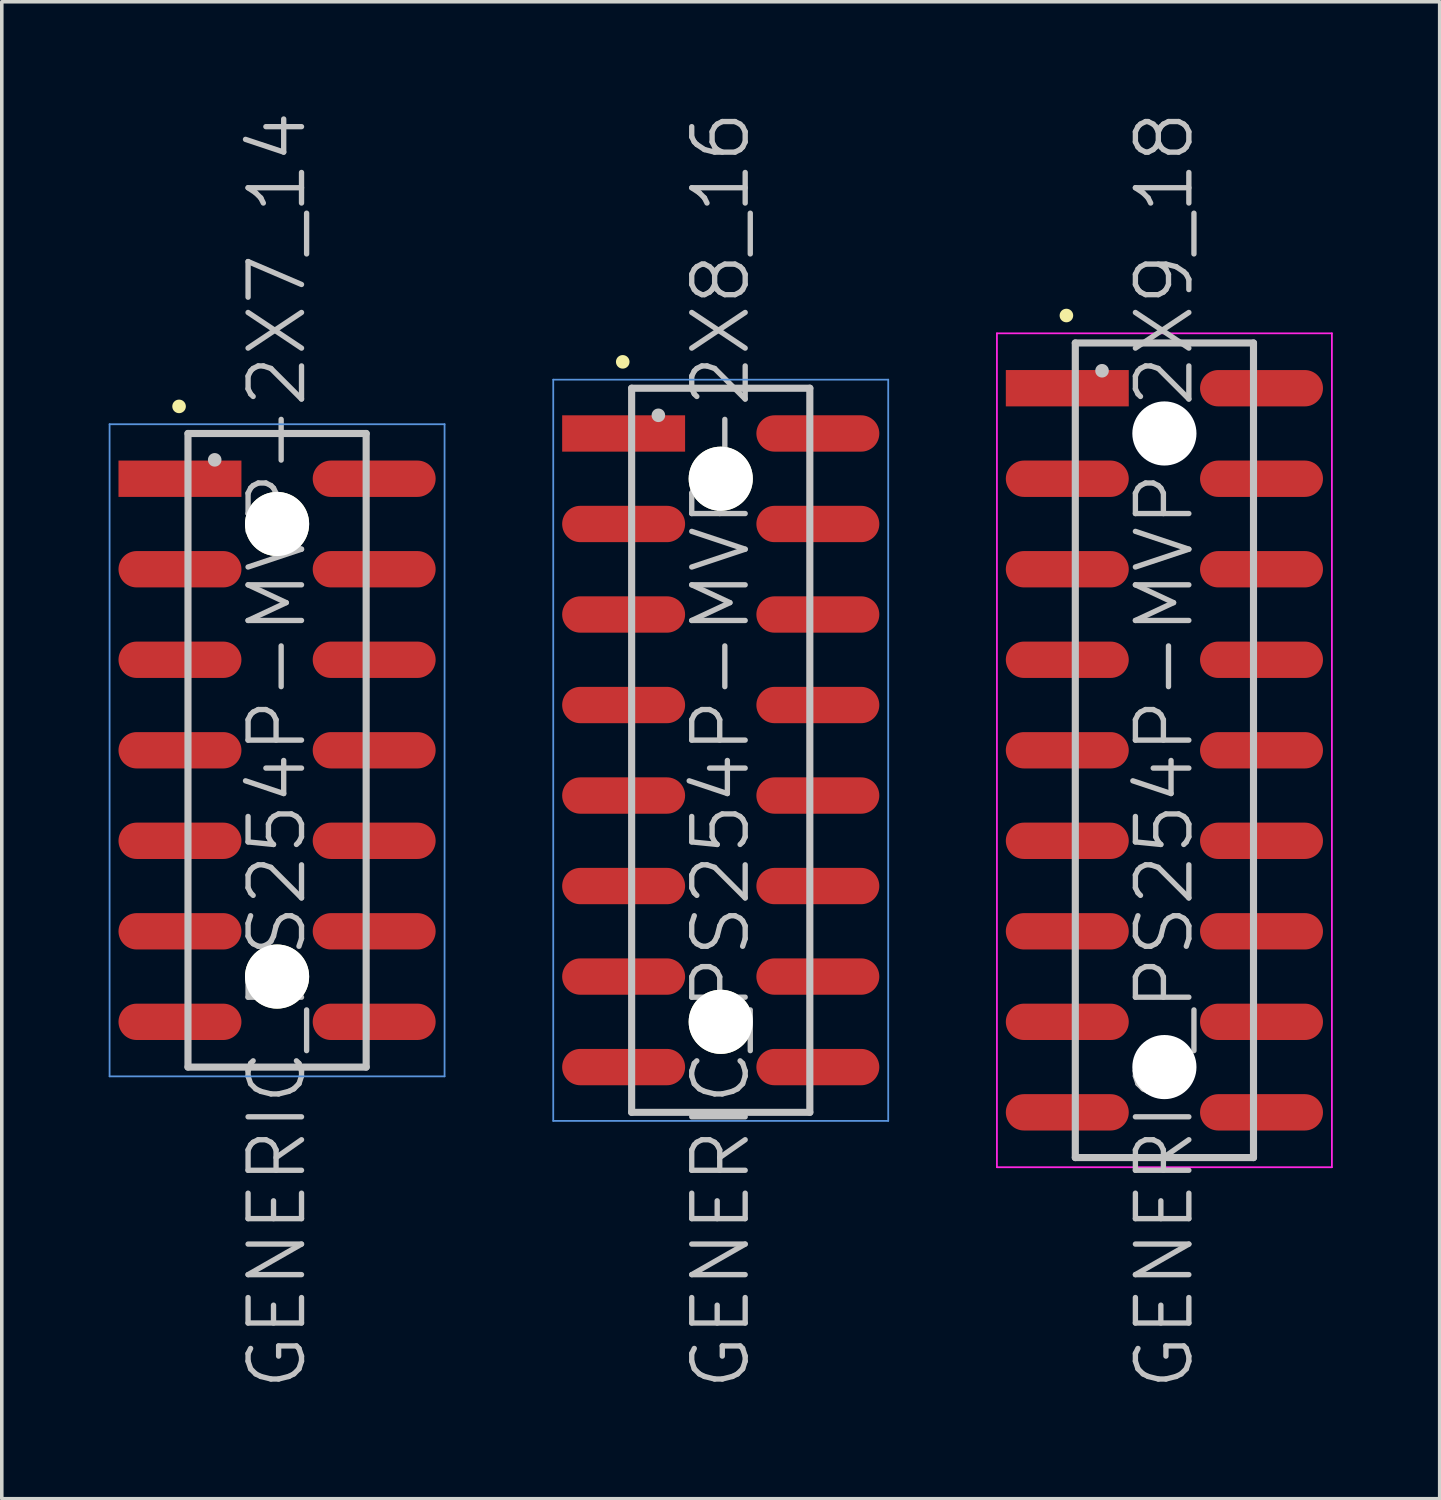
<source format=kicad_pcb>
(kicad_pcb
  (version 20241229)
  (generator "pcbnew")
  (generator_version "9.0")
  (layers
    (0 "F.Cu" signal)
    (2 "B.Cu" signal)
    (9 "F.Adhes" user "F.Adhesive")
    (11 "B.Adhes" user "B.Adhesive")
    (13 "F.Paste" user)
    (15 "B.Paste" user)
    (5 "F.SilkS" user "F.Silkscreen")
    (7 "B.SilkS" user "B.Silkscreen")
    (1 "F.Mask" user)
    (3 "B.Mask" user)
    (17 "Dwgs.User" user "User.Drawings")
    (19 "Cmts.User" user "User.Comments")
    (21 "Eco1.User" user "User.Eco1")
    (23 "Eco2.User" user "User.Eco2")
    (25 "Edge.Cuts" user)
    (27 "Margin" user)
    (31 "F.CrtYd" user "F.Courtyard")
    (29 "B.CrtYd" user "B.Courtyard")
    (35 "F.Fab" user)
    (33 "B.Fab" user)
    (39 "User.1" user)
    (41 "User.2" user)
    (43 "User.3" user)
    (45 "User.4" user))
  (footprint "GENERIC_PS254P-MVP-2X7_14"
    (layer "F.Cu")
    (at 4.725 18.004)
    (property "Reference" "GENERIC_PS254P-MVP-2X7_14" (at 0 0 90) (layer "Dwgs.User") (effects (font (size 1.5 1.5) (thickness 0.15))))
    (attr smd)
    (fp_line (start -2.75 -9.65) (end -2.75 -9.65) (stroke (width 0.381) (type solid)) (layer "F.SilkS"))
    (fp_line (start -2.5 -8.89) (end -2.5 8.89) (stroke (width 0.2) (type solid)) (layer "Dwgs.User"))
    (fp_line (start -2.5 -8.89) (end 2.5 -8.89) (stroke (width 0.2) (type solid)) (layer "Dwgs.User"))
    (fp_line (start -2.5 8.89) (end 2.5 8.89) (stroke (width 0.2) (type solid)) (layer "Dwgs.User"))
    (fp_line (start -1.75 -8.15) (end -1.75 -8.15) (stroke (width 0.381) (type solid)) (layer "Dwgs.User"))
    (fp_line (start 2.5 -8.89) (end 2.5 8.89) (stroke (width 0.2) (type solid)) (layer "Dwgs.User"))
    (fp_line (start -4.7 -9.15) (end -4.7 9.15) (stroke (width 0.05) (type solid)) (layer "Cmts.User"))
    (fp_line (start -4.7 -9.15) (end 4.7 -9.15) (stroke (width 0.05) (type solid)) (layer "Cmts.User"))
    (fp_line (start -4.7 9.15) (end 4.7 9.15) (stroke (width 0.05) (type solid)) (layer "Cmts.User"))
    (fp_line (start 4.7 -9.15) (end 4.7 9.15) (stroke (width 0.05) (type solid)) (layer "Cmts.User"))
    (pad "" np_thru_hole circle (at 0 -6.35 270) (size 1.8 1.8) (drill 1.8) (layers "*.Cu" "*.Mask" "F.SilkS"))
    (pad "" np_thru_hole circle (at 0 6.35 270) (size 1.8 1.8) (drill 1.8) (layers "*.Cu" "*.Mask" "F.SilkS"))
    (pad "1" smd rect (at -2.725 -7.62 270) (size 1.02 3.45) (layers "F.Cu" "F.Mask" "F.Paste"))
    (pad "2" smd oval (at 2.725 -7.62 270) (size 1.02 3.45) (layers "F.Cu" "F.Mask" "F.Paste"))
    (pad "3" smd oval (at -2.725 -5.08 270) (size 1.02 3.45) (layers "F.Cu" "F.Mask" "F.Paste"))
    (pad "4" smd oval (at 2.725 -5.08 270) (size 1.02 3.45) (layers "F.Cu" "F.Mask" "F.Paste"))
    (pad "5" smd oval (at -2.725 -2.54 270) (size 1.02 3.45) (layers "F.Cu" "F.Mask" "F.Paste"))
    (pad "6" smd oval (at 2.725 -2.54 270) (size 1.02 3.45) (layers "F.Cu" "F.Mask" "F.Paste"))
    (pad "7" smd oval (at -2.725 0 270) (size 1.02 3.45) (layers "F.Cu" "F.Mask" "F.Paste"))
    (pad "8" smd oval (at 2.725 0 270) (size 1.02 3.45) (layers "F.Cu" "F.Mask" "F.Paste"))
    (pad "9" smd oval (at -2.725 2.54 270) (size 1.02 3.45) (layers "F.Cu" "F.Mask" "F.Paste"))
    (pad "10" smd oval (at 2.725 2.54 270) (size 1.02 3.45) (layers "F.Cu" "F.Mask" "F.Paste"))
    (pad "11" smd oval (at -2.725 5.08 270) (size 1.02 3.45) (layers "F.Cu" "F.Mask" "F.Paste"))
    (pad "12" smd oval (at 2.725 5.08 270) (size 1.02 3.45) (layers "F.Cu" "F.Mask" "F.Paste"))
    (pad "13" smd oval (at -2.725 7.62 270) (size 1.02 3.45) (layers "F.Cu" "F.Mask" "F.Paste"))
    (pad "14" smd oval (at 2.725 7.62 270) (size 1.02 3.45) (layers "F.Cu" "F.Mask" "F.Paste")))
  (footprint "GENERIC_PS254P-MVP-2X8_16"
    (layer "F.Cu")
    (at 17.175 18.004)
    (property "Reference" "GENERIC_PS254P-MVP-2X8_16" (at 0 0 90) (layer "Dwgs.User") (effects (font (size 1.5 1.5) (thickness 0.15))))
    (attr smd)
    (fp_line (start -2.75 -10.9) (end -2.75 -10.9) (stroke (width 0.381) (type solid)) (layer "F.SilkS"))
    (fp_line (start -2.5 -10.16) (end -2.5 10.16) (stroke (width 0.2) (type solid)) (layer "Dwgs.User"))
    (fp_line (start -2.5 -10.16) (end 2.5 -10.16) (stroke (width 0.2) (type solid)) (layer "Dwgs.User"))
    (fp_line (start -2.5 10.16) (end 2.5 10.16) (stroke (width 0.2) (type solid)) (layer "Dwgs.User"))
    (fp_line (start -1.75 -9.4) (end -1.75 -9.4) (stroke (width 0.381) (type solid)) (layer "Dwgs.User"))
    (fp_line (start 2.5 -10.16) (end 2.5 10.16) (stroke (width 0.2) (type solid)) (layer "Dwgs.User"))
    (fp_line (start -4.7 -10.4) (end -4.7 10.4) (stroke (width 0.05) (type solid)) (layer "Cmts.User"))
    (fp_line (start -4.7 -10.4) (end 4.7 -10.4) (stroke (width 0.05) (type solid)) (layer "Cmts.User"))
    (fp_line (start -4.7 10.4) (end 4.7 10.4) (stroke (width 0.05) (type solid)) (layer "Cmts.User"))
    (fp_line (start 4.7 -10.4) (end 4.7 10.4) (stroke (width 0.05) (type solid)) (layer "Cmts.User"))
    (pad "" np_thru_hole circle (at 0 -7.62 270) (size 1.8 1.8) (drill 1.8) (layers "*.Cu" "*.Mask" "F.SilkS"))
    (pad "" np_thru_hole circle (at 0 7.62 270) (size 1.8 1.8) (drill 1.8) (layers "*.Cu" "*.Mask" "F.SilkS"))
    (pad "1" smd rect (at -2.725 -8.89 270) (size 1.02 3.45) (layers "F.Cu" "F.Mask" "F.Paste"))
    (pad "2" smd oval (at 2.725 -8.89 270) (size 1.02 3.45) (layers "F.Cu" "F.Mask" "F.Paste"))
    (pad "3" smd oval (at -2.725 -6.35 270) (size 1.02 3.45) (layers "F.Cu" "F.Mask" "F.Paste"))
    (pad "4" smd oval (at 2.725 -6.35 270) (size 1.02 3.45) (layers "F.Cu" "F.Mask" "F.Paste"))
    (pad "5" smd oval (at -2.725 -3.81 270) (size 1.02 3.45) (layers "F.Cu" "F.Mask" "F.Paste"))
    (pad "6" smd oval (at 2.725 -3.81 270) (size 1.02 3.45) (layers "F.Cu" "F.Mask" "F.Paste"))
    (pad "7" smd oval (at -2.725 -1.27 270) (size 1.02 3.45) (layers "F.Cu" "F.Mask" "F.Paste"))
    (pad "8" smd oval (at 2.725 -1.27 270) (size 1.02 3.45) (layers "F.Cu" "F.Mask" "F.Paste"))
    (pad "9" smd oval (at -2.725 1.27 270) (size 1.02 3.45) (layers "F.Cu" "F.Mask" "F.Paste"))
    (pad "10" smd oval (at 2.725 1.27 270) (size 1.02 3.45) (layers "F.Cu" "F.Mask" "F.Paste"))
    (pad "11" smd oval (at -2.725 3.81 270) (size 1.02 3.45) (layers "F.Cu" "F.Mask" "F.Paste"))
    (pad "12" smd oval (at 2.725 3.81 270) (size 1.02 3.45) (layers "F.Cu" "F.Mask" "F.Paste"))
    (pad "13" smd oval (at -2.725 6.35 270) (size 1.02 3.45) (layers "F.Cu" "F.Mask" "F.Paste"))
    (pad "14" smd oval (at 2.725 6.35 270) (size 1.02 3.45) (layers "F.Cu" "F.Mask" "F.Paste"))
    (pad "15" smd oval (at -2.725 8.89 270) (size 1.02 3.45) (layers "F.Cu" "F.Mask" "F.Paste"))
    (pad "16" smd oval (at 2.725 8.89 270) (size 1.02 3.45) (layers "F.Cu" "F.Mask" "F.Paste")))
  (footprint "GENERIC_PS254P-MVP-2X9_18"
    (layer "F.Cu")
    (at 29.625 18.004)
    (property "Reference" "GENERIC_PS254P-MVP-2X9_18" (at 0 0 90) (layer "Dwgs.User") (effects (font (size 1.5 1.5) (thickness 0.15))))
    (attr smd)
    (fp_line (start -2.75 -12.2) (end -2.75 -12.2) (stroke (width 0.381) (type solid)) (layer "F.SilkS"))
    (fp_line (start -2.5 -11.43) (end -2.5 11.43) (stroke (width 0.2) (type solid)) (layer "Dwgs.User"))
    (fp_line (start -2.5 -11.43) (end 2.5 -11.43) (stroke (width 0.2) (type solid)) (layer "Dwgs.User"))
    (fp_line (start -2.5 11.43) (end 2.5 11.43) (stroke (width 0.2) (type solid)) (layer "Dwgs.User"))
    (fp_line (start -1.75 -10.65) (end -1.75 -10.65) (stroke (width 0.381) (type solid)) (layer "Dwgs.User"))
    (fp_line (start 2.5 -11.43) (end 2.5 11.43) (stroke (width 0.2) (type solid)) (layer "Dwgs.User"))
    (fp_line (start -4.7 -11.7) (end -4.7 11.7) (stroke (width 0.05) (type solid)) (layer "F.CrtYd"))
    (fp_line (start -4.7 -11.7) (end 4.7 -11.7) (stroke (width 0.05) (type solid)) (layer "F.CrtYd"))
    (fp_line (start -4.7 11.7) (end 4.7 11.7) (stroke (width 0.05) (type solid)) (layer "F.CrtYd"))
    (fp_line (start 4.7 -11.7) (end 4.7 11.7) (stroke (width 0.05) (type solid)) (layer "F.CrtYd"))
    (pad "" np_thru_hole circle (at 0 -8.89 270) (size 1.8 1.8) (drill 1.8) (layers "*.Cu" "*.Mask"))
    (pad "" np_thru_hole circle (at 0 8.89 270) (size 1.8 1.8) (drill 1.8) (layers "*.Cu" "*.Mask"))
    (pad "1" smd rect (at -2.725 -10.16 270) (size 1.02 3.45) (layers "F.Cu" "F.Mask" "F.Paste"))
    (pad "2" smd oval (at 2.725 -10.16 270) (size 1.02 3.45) (layers "F.Cu" "F.Mask" "F.Paste"))
    (pad "3" smd oval (at -2.725 -7.62 270) (size 1.02 3.45) (layers "F.Cu" "F.Mask" "F.Paste"))
    (pad "4" smd oval (at 2.725 -7.62 270) (size 1.02 3.45) (layers "F.Cu" "F.Mask" "F.Paste"))
    (pad "5" smd oval (at -2.725 -5.08 270) (size 1.02 3.45) (layers "F.Cu" "F.Mask" "F.Paste"))
    (pad "6" smd oval (at 2.725 -5.08 270) (size 1.02 3.45) (layers "F.Cu" "F.Mask" "F.Paste"))
    (pad "7" smd oval (at -2.725 -2.54 270) (size 1.02 3.45) (layers "F.Cu" "F.Mask" "F.Paste"))
    (pad "8" smd oval (at 2.725 -2.54 270) (size 1.02 3.45) (layers "F.Cu" "F.Mask" "F.Paste"))
    (pad "9" smd oval (at -2.725 0 270) (size 1.02 3.45) (layers "F.Cu" "F.Mask" "F.Paste"))
    (pad "10" smd oval (at 2.725 0 270) (size 1.02 3.45) (layers "F.Cu" "F.Mask" "F.Paste"))
    (pad "11" smd oval (at -2.725 2.54 270) (size 1.02 3.45) (layers "F.Cu" "F.Mask" "F.Paste"))
    (pad "12" smd oval (at 2.725 2.54 270) (size 1.02 3.45) (layers "F.Cu" "F.Mask" "F.Paste"))
    (pad "13" smd oval (at -2.725 5.08 270) (size 1.02 3.45) (layers "F.Cu" "F.Mask" "F.Paste"))
    (pad "14" smd oval (at 2.725 5.08 270) (size 1.02 3.45) (layers "F.Cu" "F.Mask" "F.Paste"))
    (pad "15" smd oval (at -2.725 7.62 270) (size 1.02 3.45) (layers "F.Cu" "F.Mask" "F.Paste"))
    (pad "16" smd oval (at 2.725 7.62 270) (size 1.02 3.45) (layers "F.Cu" "F.Mask" "F.Paste"))
    (pad "17" smd oval (at -2.725 10.16 270) (size 1.02 3.45) (layers "F.Cu" "F.Mask" "F.Paste"))
    (pad "18" smd oval (at 2.725 10.16 270) (size 1.02 3.45) (layers "F.Cu" "F.Mask" "F.Paste")))
  (gr_rect
    (start -3 -3)
    (end 37.35 39.007)
    (stroke (width 0.1) (type default))
    (fill no)
    (layer "Edge.Cuts")))
</source>
